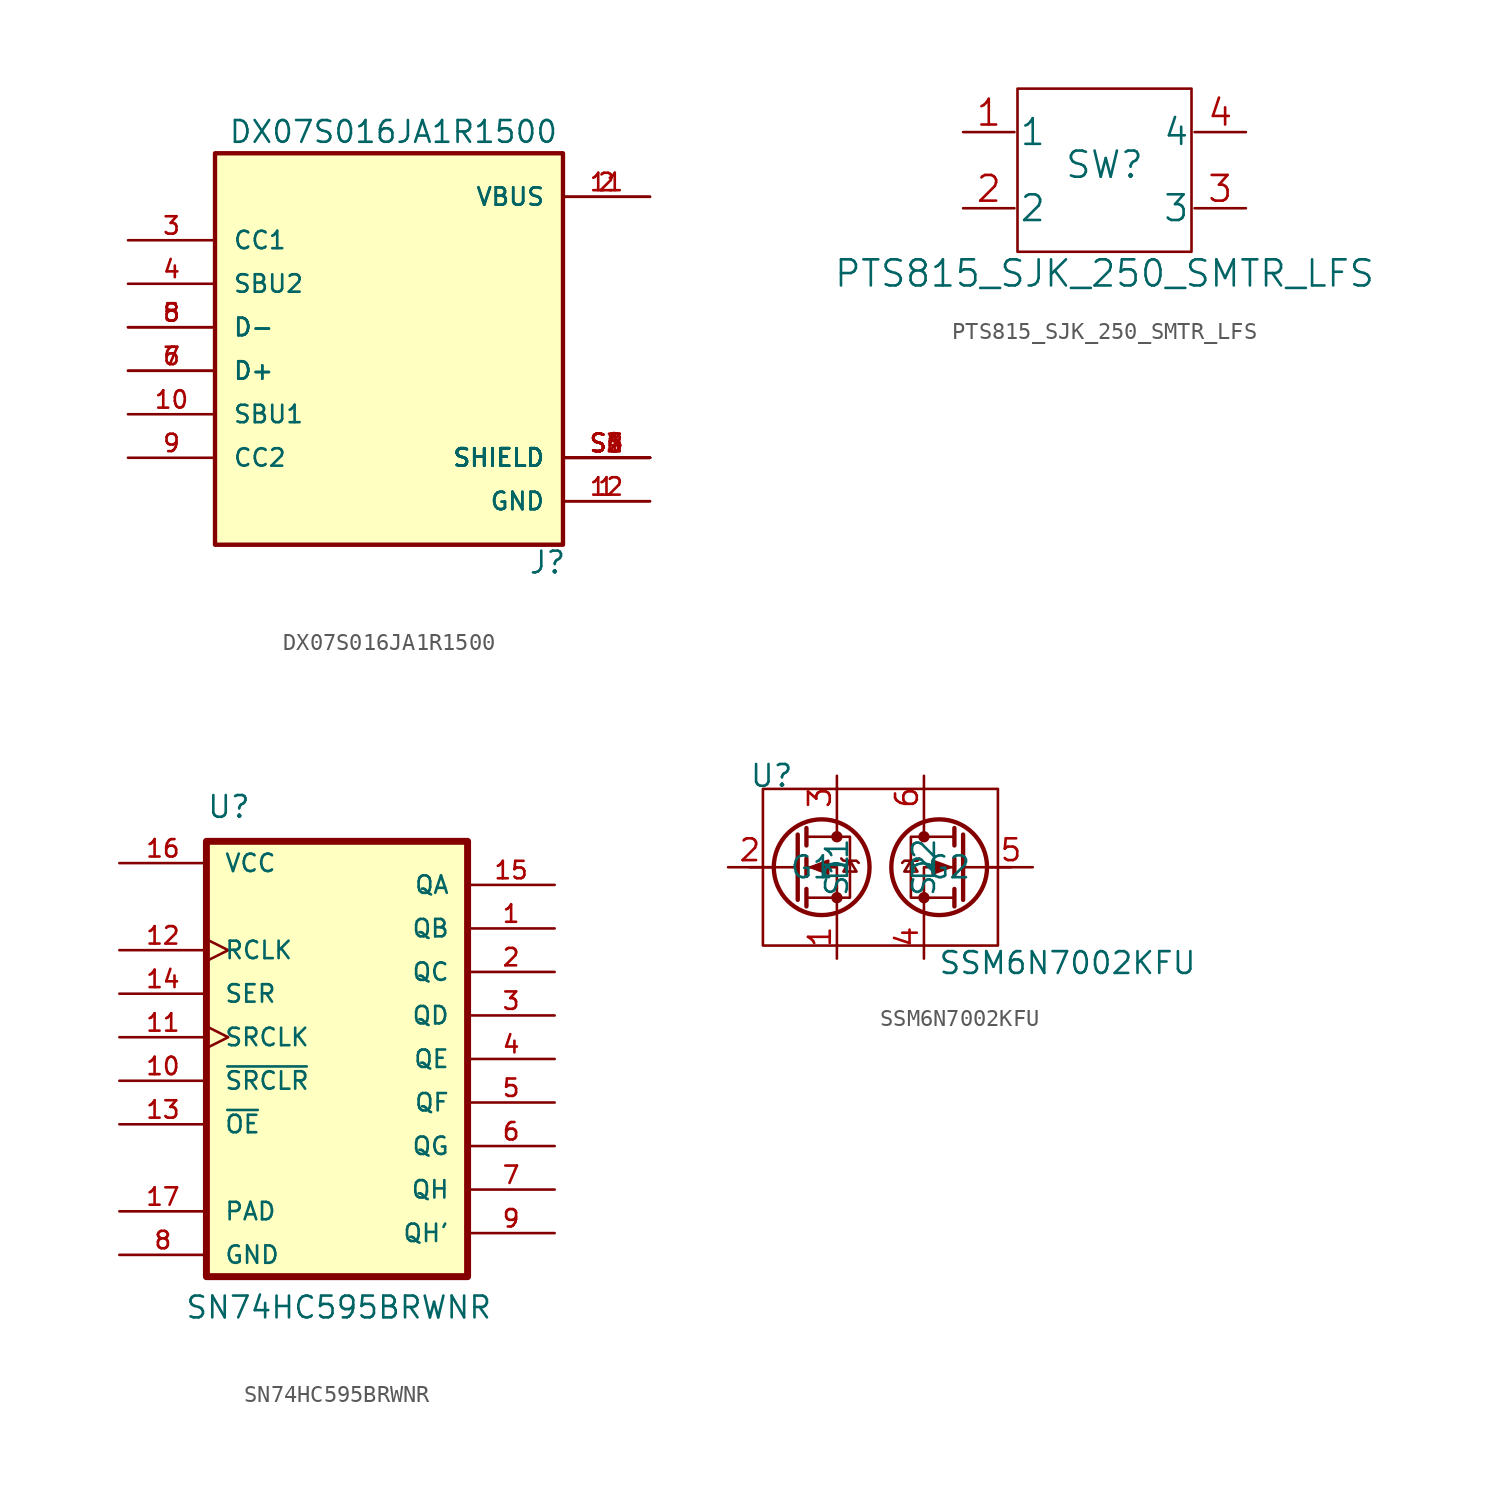
<source format=kicad_sym>
(kicad_symbol_lib
  (version 20211014)
  (generator kicad_symbol_editor)
  (symbol "DX07S016JA1R1500"
    (pin_names
      (offset 1.016))
    (property "Reference" "J"
      (at 8.128 -14.478 0)
      (effects (font (size 1.27 1.27)) (justify left bottom)))
    (property "Value" "DX07S016JA1R1500"
      (at -9.398 10.668 0)
      (effects (font (size 1.27 1.27)) (justify left bottom)))
    (property "ki_locked" ""
      (at 0 0 0)
      (effects (font (size 1.27 1.27))))
    (symbol "DX07S016JA1R1500_0_0"
      (rectangle (start -10.16 -12.7) (end 10.16 10.16) (stroke (width 0.254) (type default) (color 0 0 0 0)) (fill (type background)))
      (pin power_in line (at 15.24 -10.16 180) (length 5.08) (name "GND" (effects (font (size 1.016 1.016)))) (number "1" (effects (font (size 1.016 1.016)))))
      (pin passive line (at -15.24 -5.08 0) (length 5.08) (name "SBU1" (effects (font (size 1.016 1.016)))) (number "10" (effects (font (size 1.016 1.016)))))
      (pin power_in line (at 15.24 7.62 180) (length 5.08) (name "VBUS" (effects (font (size 1.016 1.016)))) (number "11" (effects (font (size 1.016 1.016)))))
      (pin power_in line (at 15.24 -10.16 180) (length 5.08) (name "GND" (effects (font (size 1.016 1.016)))) (number "12" (effects (font (size 1.016 1.016)))))
      (pin power_in line (at 15.24 7.62 180) (length 5.08) (name "VBUS" (effects (font (size 1.016 1.016)))) (number "2" (effects (font (size 1.016 1.016)))))
      (pin passive line (at -15.24 5.08 0) (length 5.08) (name "CC1" (effects (font (size 1.016 1.016)))) (number "3" (effects (font (size 1.016 1.016)))))
      (pin passive line (at -15.24 2.54 0) (length 5.08) (name "SBU2" (effects (font (size 1.016 1.016)))) (number "4" (effects (font (size 1.016 1.016)))))
      (pin passive line (at -15.24 0 0) (length 5.08) (name "D-" (effects (font (size 1.016 1.016)))) (number "5" (effects (font (size 1.016 1.016)))))
      (pin passive line (at -15.24 -2.54 0) (length 5.08) (name "D+" (effects (font (size 1.016 1.016)))) (number "6" (effects (font (size 1.016 1.016)))))
      (pin passive line (at -15.24 -2.54 0) (length 5.08) (name "D+" (effects (font (size 1.016 1.016)))) (number "7" (effects (font (size 1.016 1.016)))))
      (pin passive line (at -15.24 0 0) (length 5.08) (name "D-" (effects (font (size 1.016 1.016)))) (number "8" (effects (font (size 1.016 1.016)))))
      (pin passive line (at -15.24 -7.62 0) (length 5.08) (name "CC2" (effects (font (size 1.016 1.016)))) (number "9" (effects (font (size 1.016 1.016)))))
      (pin passive line (at 15.24 -7.62 180) (length 5.08) (name "SHIELD" (effects (font (size 1.016 1.016)))) (number "S1" (effects (font (size 1.016 1.016)))))
      (pin passive line (at 15.24 -7.62 180) (length 5.08) (name "SHIELD" (effects (font (size 1.016 1.016)))) (number "S2" (effects (font (size 1.016 1.016)))))
      (pin passive line (at 15.24 -7.62 180) (length 5.08) (name "SHIELD" (effects (font (size 1.016 1.016)))) (number "S3" (effects (font (size 1.016 1.016)))))
      (pin passive line (at 15.24 -7.62 180) (length 5.08) (name "SHIELD" (effects (font (size 1.016 1.016)))) (number "S4" (effects (font (size 1.016 1.016)))))
      (pin passive line (at 15.24 -7.62 180) (length 5.08) (name "SHIELD" (effects (font (size 1.016 1.016)))) (number "S5" (effects (font (size 1.016 1.016)))))
      (pin passive line (at 15.24 -7.62 180) (length 5.08) (name "SHIELD" (effects (font (size 1.016 1.016)))) (number "S6" (effects (font (size 1.016 1.016)))))))
  (symbol "PTS815_SJK_250_SMTR_LFS"
    (pin_names
      (offset 0.254))
    (property "Reference" "SW"
      (at 0 0 0)
      (effects (font (size 1.524 1.524))))
    (property "Value" "PTS815_SJK_250_SMTR_LFS"
      (at 0 -6.35 0)
      (effects (font (size 1.524 1.524))))
    (symbol "PTS815_SJK_250_SMTR_LFS_1_1"
      (rectangle (start -5.08 4.445) (end 5.08 -5.08) (stroke (width 0) (type default) (color 0 0 0 0)) (fill (type none)))
      (pin unspecified line (at -8.255 1.905 0) (length 2.997) (name "1" (effects (font (size 1.499 1.499)))) (number "1" (effects (font (size 1.499 1.499)))))
      (pin unspecified line (at -8.255 -2.54 0) (length 2.997) (name "2" (effects (font (size 1.499 1.499)))) (number "2" (effects (font (size 1.499 1.499)))))
      (pin unspecified line (at 8.255 -2.54 180) (length 2.997) (name "3" (effects (font (size 1.499 1.499)))) (number "3" (effects (font (size 1.499 1.499)))))
      (pin unspecified line (at 8.255 1.905 180) (length 2.997) (name "4" (effects (font (size 1.499 1.499)))) (number "4" (effects (font (size 1.499 1.499)))))))
  (symbol "SN74HC595BRWNR"
    (pin_names
      (offset 1.016))
    (property "Reference" "U"
      (at -7.62 13.97 0)
      (effects (font (size 1.27 1.27)) (justify left bottom)))
    (property "Value" "SN74HC595BRWNR"
      (at -8.89 -15.24 0)
      (effects (font (size 1.27 1.27)) (justify left bottom)))
    (symbol "SN74HC595BRWNR_0_0"
      (rectangle (start -7.62 -12.7) (end 7.62 12.7) (stroke (width 0.406) (type default) (color 0 0 0 0)) (fill (type background)))
      (pin output line (at 12.7 7.62 180) (length 5.08) (name "QB" (effects (font (size 1.016 1.016)))) (number "1" (effects (font (size 1.016 1.016)))))
      (pin input line (at -12.7 -1.27 0) (length 5.08) (name "~{SRCLR}" (effects (font (size 1.016 1.016)))) (number "10" (effects (font (size 1.016 1.016)))))
      (pin input clock (at -12.7 1.27 0) (length 5.08) (name "SRCLK" (effects (font (size 1.016 1.016)))) (number "11" (effects (font (size 1.016 1.016)))))
      (pin input clock (at -12.7 6.35 0) (length 5.08) (name "RCLK" (effects (font (size 1.016 1.016)))) (number "12" (effects (font (size 1.016 1.016)))))
      (pin input line (at -12.7 -3.81 0) (length 5.08) (name "~{OE}" (effects (font (size 1.016 1.016)))) (number "13" (effects (font (size 1.016 1.016)))))
      (pin input line (at -12.7 3.81 0) (length 5.08) (name "SER" (effects (font (size 1.016 1.016)))) (number "14" (effects (font (size 1.016 1.016)))))
      (pin output line (at 12.7 10.16 180) (length 5.08) (name "QA" (effects (font (size 1.016 1.016)))) (number "15" (effects (font (size 1.016 1.016)))))
      (pin power_in line (at -12.7 11.43 0) (length 5.08) (name "VCC" (effects (font (size 1.016 1.016)))) (number "16" (effects (font (size 1.016 1.016)))))
      (pin power_in line (at -12.7 -8.89 0) (length 5.08) (name "PAD" (effects (font (size 1.016 1.016)))) (number "17" (effects (font (size 1.016 1.016)))))
      (pin output line (at 12.7 5.08 180) (length 5.08) (name "QC" (effects (font (size 1.016 1.016)))) (number "2" (effects (font (size 1.016 1.016)))))
      (pin output line (at 12.7 2.54 180) (length 5.08) (name "QD" (effects (font (size 1.016 1.016)))) (number "3" (effects (font (size 1.016 1.016)))))
      (pin output line (at 12.7 0 180) (length 5.08) (name "QE" (effects (font (size 1.016 1.016)))) (number "4" (effects (font (size 1.016 1.016)))))
      (pin output line (at 12.7 -2.54 180) (length 5.08) (name "QF" (effects (font (size 1.016 1.016)))) (number "5" (effects (font (size 1.016 1.016)))))
      (pin output line (at 12.7 -5.08 180) (length 5.08) (name "QG" (effects (font (size 1.016 1.016)))) (number "6" (effects (font (size 1.016 1.016)))))
      (pin output line (at 12.7 -7.62 180) (length 5.08) (name "QH" (effects (font (size 1.016 1.016)))) (number "7" (effects (font (size 1.016 1.016)))))
      (pin power_in line (at -12.7 -11.43 0) (length 5.08) (name "GND" (effects (font (size 1.016 1.016)))) (number "8" (effects (font (size 1.016 1.016)))))
      (pin output line (at 12.7 -10.16 180) (length 5.08) (name "QH'" (effects (font (size 1.016 1.016)))) (number "9" (effects (font (size 1.016 1.016)))))))
  (symbol "SSM6N7002KFU"
    (pin_names
      (offset 1.016))
    (property "Reference" "U"
      (at -6.35 5.334 0)
      (effects (font (size 1.27 1.27))))
    (property "Value" "SSM6N7002KFU"
      (at 10.922 -5.588 0)
      (effects (font (size 1.27 1.27))))
    (symbol "SSM6N7002KFU_0_1"
      (rectangle (start -6.858 4.572) (end 6.858 -4.572) (stroke (width 0) (type default) (color 0 0 0 0)) (fill (type none))))
    (symbol "SSM6N7002KFU_1_1"
      (circle (center -3.429 0) (radius 2.794) (stroke (width 0.254) (type default) (color 0 0 0 0)) (fill (type none)))
      (circle (center -2.54 -1.778) (radius 0.254) (stroke (width 0) (type default) (color 0 0 0 0)) (fill (type outline)))
      (circle (center -2.54 1.778) (radius 0.254) (stroke (width 0) (type default) (color 0 0 0 0)) (fill (type outline)))
      (polyline (pts (xy -4.826 0) (xy -7.62 0)) (stroke (width 0) (type default) (color 0 0 0 0)) (fill (type none)))
      (polyline (pts (xy -4.826 1.905) (xy -4.826 -1.905)) (stroke (width 0.254) (type default) (color 0 0 0 0)) (fill (type none)))
      (polyline (pts (xy -4.318 -1.27) (xy -4.318 -2.286)) (stroke (width 0.254) (type default) (color 0 0 0 0)) (fill (type none)))
      (polyline (pts (xy -4.318 0.508) (xy -4.318 -0.508)) (stroke (width 0.254) (type default) (color 0 0 0 0)) (fill (type none)))
      (polyline (pts (xy -4.318 2.286) (xy -4.318 1.27)) (stroke (width 0.254) (type default) (color 0 0 0 0)) (fill (type none)))
      (polyline (pts (xy -2.54 2.54) (xy -2.54 1.778)) (stroke (width 0) (type default) (color 0 0 0 0)) (fill (type none)))
      (polyline (pts (xy 2.54 2.54) (xy 2.54 1.778)) (stroke (width 0) (type default) (color 0 0 0 0)) (fill (type none)))
      (polyline (pts (xy 4.318 -1.27) (xy 4.318 -2.286)) (stroke (width 0.254) (type default) (color 0 0 0 0)) (fill (type none)))
      (polyline (pts (xy 4.318 0.508) (xy 4.318 -0.508)) (stroke (width 0.254) (type default) (color 0 0 0 0)) (fill (type none)))
      (polyline (pts (xy 4.318 2.286) (xy 4.318 1.27)) (stroke (width 0.254) (type default) (color 0 0 0 0)) (fill (type none)))
      (polyline (pts (xy 4.826 0) (xy 7.62 0)) (stroke (width 0) (type default) (color 0 0 0 0)) (fill (type none)))
      (polyline (pts (xy 4.826 1.905) (xy 4.826 -1.905)) (stroke (width 0.254) (type default) (color 0 0 0 0)) (fill (type none)))
      (polyline (pts (xy -2.54 -2.54) (xy -2.54 0) (xy -4.318 0)) (stroke (width 0) (type default) (color 0 0 0 0)) (fill (type none)))
      (polyline (pts (xy 2.54 -2.54) (xy 2.54 0) (xy 4.318 0)) (stroke (width 0) (type default) (color 0 0 0 0)) (fill (type none)))
      (polyline (pts (xy -4.318 -1.778) (xy -1.778 -1.778) (xy -1.778 1.778) (xy -4.318 1.778)) (stroke (width 0) (type default) (color 0 0 0 0)) (fill (type none)))
      (polyline (pts (xy -4.064 0) (xy -3.048 0.381) (xy -3.048 -0.381) (xy -4.064 0)) (stroke (width 0) (type default) (color 0 0 0 0)) (fill (type outline)))
      (polyline (pts (xy -2.286 0.508) (xy -2.159 0.381) (xy -1.397 0.381) (xy -1.27 0.254)) (stroke (width 0) (type default) (color 0 0 0 0)) (fill (type none)))
      (polyline (pts (xy -1.778 0.381) (xy -2.159 -0.254) (xy -1.397 -0.254) (xy -1.778 0.381)) (stroke (width 0) (type default) (color 0 0 0 0)) (fill (type none)))
      (polyline (pts (xy 1.778 0.381) (xy 2.159 -0.254) (xy 1.397 -0.254) (xy 1.778 0.381)) (stroke (width 0) (type default) (color 0 0 0 0)) (fill (type none)))
      (polyline (pts (xy 2.286 0.508) (xy 2.159 0.381) (xy 1.397 0.381) (xy 1.27 0.254)) (stroke (width 0) (type default) (color 0 0 0 0)) (fill (type none)))
      (polyline (pts (xy 4.064 0) (xy 3.048 0.381) (xy 3.048 -0.381) (xy 4.064 0)) (stroke (width 0) (type default) (color 0 0 0 0)) (fill (type outline)))
      (polyline (pts (xy 4.318 -1.778) (xy 1.778 -1.778) (xy 1.778 1.778) (xy 4.318 1.778)) (stroke (width 0) (type default) (color 0 0 0 0)) (fill (type none)))
      (circle (center 2.54 -1.778) (radius 0.254) (stroke (width 0) (type default) (color 0 0 0 0)) (fill (type outline)))
      (circle (center 2.54 1.778) (radius 0.254) (stroke (width 0) (type default) (color 0 0 0 0)) (fill (type outline)))
      (circle (center 3.429 0) (radius 2.794) (stroke (width 0.254) (type default) (color 0 0 0 0)) (fill (type none)))
      (pin passive line (at -2.54 -5.334 90) (length 2.54) (name "S1" (effects (font (size 1.27 1.27)))) (number "1" (effects (font (size 1.27 1.27)))))
      (pin input line (at -8.89 0 0) (length 2.54) (name "G1" (effects (font (size 1.27 1.27)))) (number "2" (effects (font (size 1.27 1.27)))))
      (pin passive line (at -2.54 5.334 270) (length 2.54) (name "D1" (effects (font (size 1.27 1.27)))) (number "3" (effects (font (size 1.27 1.27)))))
      (pin passive line (at 2.54 -5.334 90) (length 2.54) (name "S2" (effects (font (size 1.27 1.27)))) (number "4" (effects (font (size 1.27 1.27)))))
      (pin input line (at 8.89 0 180) (length 2.54) (name "G2" (effects (font (size 1.27 1.27)))) (number "5" (effects (font (size 1.27 1.27)))))
      (pin passive line (at 2.54 5.334 270) (length 2.54) (name "D2" (effects (font (size 1.27 1.27)))) (number "6" (effects (font (size 1.27 1.27))))))))
</source>
